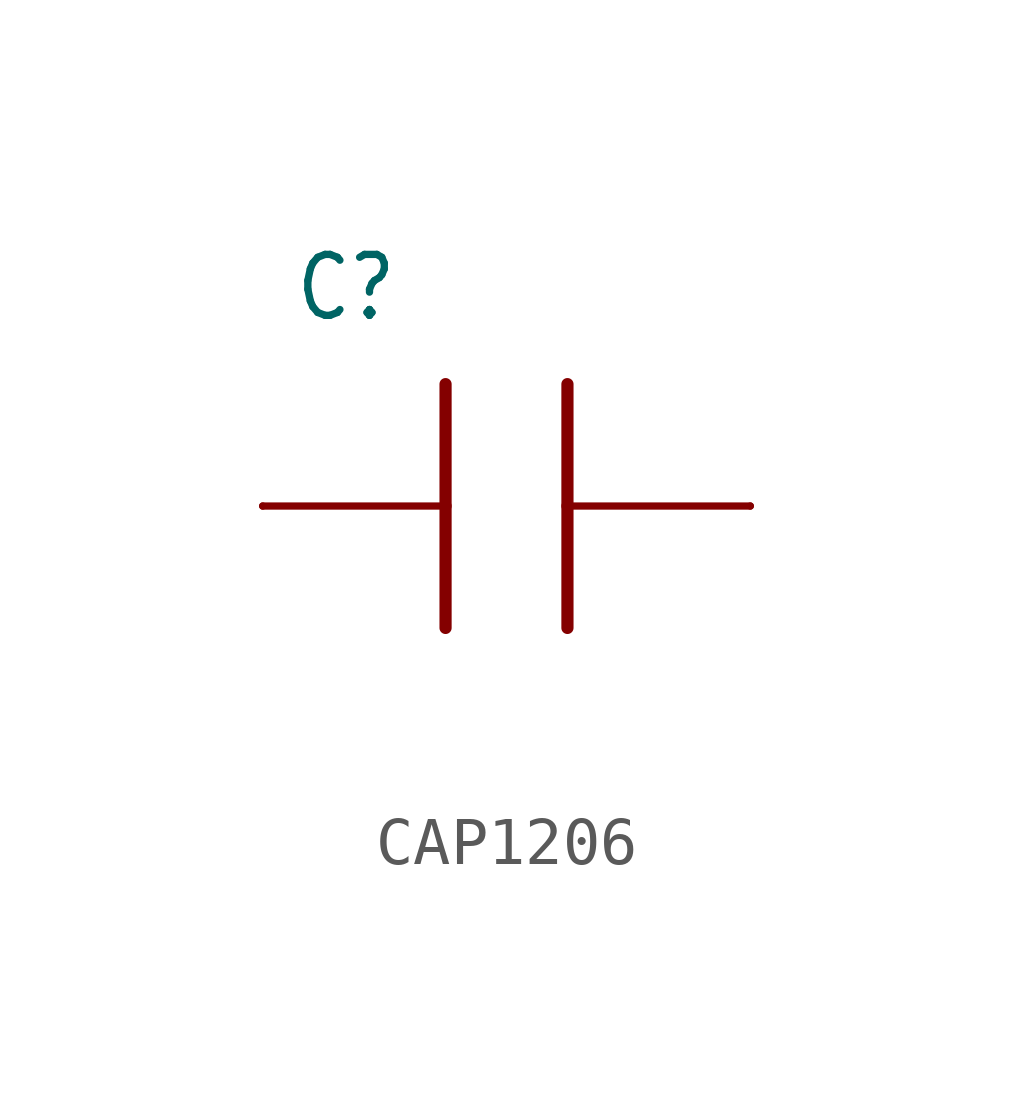
<source format=kicad_sym>
(kicad_symbol_lib
  (version 20231120)
  (generator "kicad_symbol_editor")
  (generator_version "8.0")
  (symbol "CAP1206"
    (property "Reference" "C"
      (at -4.445 3.81 0)
      (effects (font (size 1.27 1.079)) (justify left bottom)))
    (property "Value" ""
      (at -5.08 -5.08 0)
      (effects (font (size 1.27 1.079)) (justify left bottom)))
    (property "ki_locked" ""
      (at 0 0 0)
      (effects (font (size 1.27 1.27))))
    (symbol "CAP1206_1_0"
      (polyline (pts (xy -5.08 0) (xy -1.27 0)) (stroke (width 0.152) (type solid)) (fill (type none)))
      (polyline (pts (xy -1.27 0) (xy -1.27 -2.54)) (stroke (width 0.254) (type solid)) (fill (type none)))
      (polyline (pts (xy -1.27 2.54) (xy -1.27 0)) (stroke (width 0.254) (type solid)) (fill (type none)))
      (polyline (pts (xy 1.27 0) (xy 1.27 -2.54)) (stroke (width 0.254) (type solid)) (fill (type none)))
      (polyline (pts (xy 1.27 2.54) (xy 1.27 0)) (stroke (width 0.254) (type solid)) (fill (type none)))
      (polyline (pts (xy 5.08 0) (xy 1.27 0)) (stroke (width 0.152) (type solid)) (fill (type none)))
      (pin passive line (at -5.08 0 0) (length 0) (name "P$1" (effects (font (size 0 0)))) (number "1" (effects (font (size 0 0)))))
      (pin passive line (at 5.08 0 180) (length 0) (name "P$2" (effects (font (size 0 0)))) (number "2" (effects (font (size 0 0))))))))
</source>
